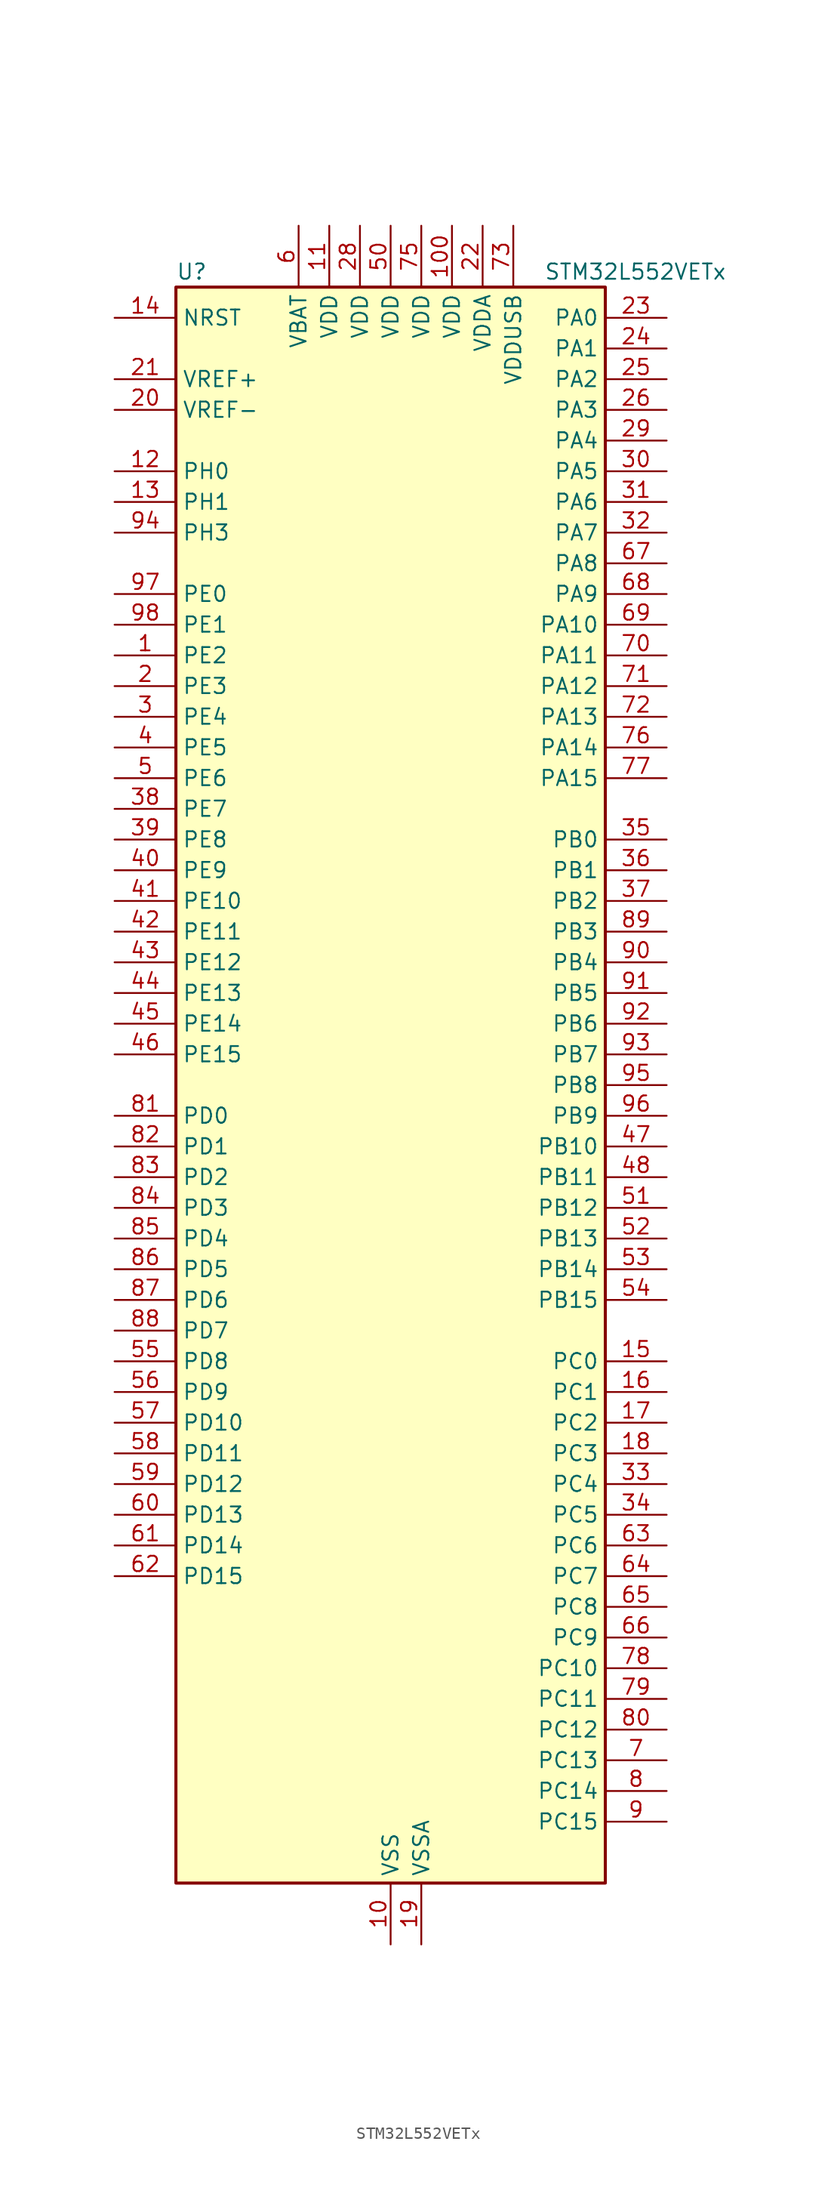
<source format=kicad_sym>
(kicad_symbol_lib
  (version 20231120)
  (generator "kicad_symbol_editor")
  (generator_version "8.0")
  (symbol "STM32L552VETx"
    (property "Reference" "U"
      (at -17.78 67.31 0)
      (effects (font (size 1.27 1.27)) (justify left)))
    (property "Value" "STM32L552VETx"
      (at 12.7 67.31 0)
      (effects (font (size 1.27 1.27)) (justify left)))
    (property "ki_locked" ""
      (at 0 0 0)
      (effects (font (size 1.27 1.27))))
    (symbol "STM32L552VETx_0_1"
      (rectangle (start -17.78 -66.04) (end 17.78 66.04) (stroke (width 0.254) (type default)) (fill (type background))))
    (symbol "STM32L552VETx_1_1"
      (pin bidirectional line (at -22.86 35.56 0) (length 5.08) (name "PE2" (effects (font (size 1.27 1.27)))) (number "1" (effects (font (size 1.27 1.27)))) (alternate "DEBUG_TRACECLK" bidirectional line) (alternate "FMC_A23" bidirectional line) (alternate "SAI1_CK1" bidirectional line) (alternate "SAI1_MCLK_A" bidirectional line) (alternate "TIM3_ETR" bidirectional line) (alternate "TSC_G7_IO1" bidirectional line))
      (pin power_in line (at 0 -71.12 90) (length 5.08) (name "VSS" (effects (font (size 1.27 1.27)))) (number "10" (effects (font (size 1.27 1.27)))))
      (pin power_in line (at 5.08 71.12 270) (length 5.08) (name "VDD" (effects (font (size 1.27 1.27)))) (number "100" (effects (font (size 1.27 1.27)))))
      (pin power_in line (at -5.08 71.12 270) (length 5.08) (name "VDD" (effects (font (size 1.27 1.27)))) (number "11" (effects (font (size 1.27 1.27)))))
      (pin bidirectional line (at -22.86 50.8 0) (length 5.08) (name "PH0" (effects (font (size 1.27 1.27)))) (number "12" (effects (font (size 1.27 1.27)))) (alternate "RCC_OSC_IN" bidirectional line))
      (pin bidirectional line (at -22.86 48.26 0) (length 5.08) (name "PH1" (effects (font (size 1.27 1.27)))) (number "13" (effects (font (size 1.27 1.27)))) (alternate "RCC_OSC_OUT" bidirectional line))
      (pin input line (at -22.86 63.5 0) (length 5.08) (name "NRST" (effects (font (size 1.27 1.27)))) (number "14" (effects (font (size 1.27 1.27)))))
      (pin bidirectional line (at 22.86 -22.86 180) (length 5.08) (name "PC0" (effects (font (size 1.27 1.27)))) (number "15" (effects (font (size 1.27 1.27)))) (alternate "ADC1_IN1" bidirectional line) (alternate "ADC2_IN1" bidirectional line) (alternate "I2C3_SCL" bidirectional line) (alternate "LPTIM1_IN1" bidirectional line) (alternate "LPTIM2_IN1" bidirectional line) (alternate "LPUART1_RX" bidirectional line) (alternate "OCTOSPI1_IO7" bidirectional line) (alternate "SAI2_FS_A" bidirectional line) (alternate "SDMMC1_D5" bidirectional line))
      (pin bidirectional line (at 22.86 -25.4 180) (length 5.08) (name "PC1" (effects (font (size 1.27 1.27)))) (number "16" (effects (font (size 1.27 1.27)))) (alternate "ADC1_IN2" bidirectional line) (alternate "ADC2_IN2" bidirectional line) (alternate "DEBUG_TRACED0" bidirectional line) (alternate "I2C3_SDA" bidirectional line) (alternate "LPTIM1_OUT" bidirectional line) (alternate "LPUART1_TX" bidirectional line) (alternate "OCTOSPI1_IO4" bidirectional line) (alternate "SAI1_SD_A" bidirectional line) (alternate "SPI2_MOSI" bidirectional line))
      (pin bidirectional line (at 22.86 -27.94 180) (length 5.08) (name "PC2" (effects (font (size 1.27 1.27)))) (number "17" (effects (font (size 1.27 1.27)))) (alternate "ADC1_IN3" bidirectional line) (alternate "ADC2_IN3" bidirectional line) (alternate "DFSDM1_CKOUT" bidirectional line) (alternate "LPTIM1_IN2" bidirectional line) (alternate "OCTOSPI1_IO5" bidirectional line) (alternate "SPI2_MISO" bidirectional line))
      (pin bidirectional line (at 22.86 -30.48 180) (length 5.08) (name "PC3" (effects (font (size 1.27 1.27)))) (number "18" (effects (font (size 1.27 1.27)))) (alternate "ADC1_IN4" bidirectional line) (alternate "ADC2_IN4" bidirectional line) (alternate "LPTIM1_ETR" bidirectional line) (alternate "LPTIM2_ETR" bidirectional line) (alternate "LPTIM3_OUT" bidirectional line) (alternate "OCTOSPI1_IO6" bidirectional line) (alternate "SAI1_D1" bidirectional line) (alternate "SAI1_SD_A" bidirectional line) (alternate "SPI2_MOSI" bidirectional line))
      (pin power_in line (at 2.54 -71.12 90) (length 5.08) (name "VSSA" (effects (font (size 1.27 1.27)))) (number "19" (effects (font (size 1.27 1.27)))))
      (pin bidirectional line (at -22.86 33.02 0) (length 5.08) (name "PE3" (effects (font (size 1.27 1.27)))) (number "2" (effects (font (size 1.27 1.27)))) (alternate "DEBUG_TRACED0" bidirectional line) (alternate "FMC_A19" bidirectional line) (alternate "OCTOSPI1_DQS" bidirectional line) (alternate "SAI1_SD_B" bidirectional line) (alternate "TIM3_CH1" bidirectional line) (alternate "TSC_G7_IO2" bidirectional line))
      (pin input line (at -22.86 55.88 0) (length 5.08) (name "VREF-" (effects (font (size 1.27 1.27)))) (number "20" (effects (font (size 1.27 1.27)))))
      (pin input line (at -22.86 58.42 0) (length 5.08) (name "VREF+" (effects (font (size 1.27 1.27)))) (number "21" (effects (font (size 1.27 1.27)))) (alternate "VREFBUF_OUT" bidirectional line))
      (pin power_in line (at 7.62 71.12 270) (length 5.08) (name "VDDA" (effects (font (size 1.27 1.27)))) (number "22" (effects (font (size 1.27 1.27)))))
      (pin bidirectional line (at 22.86 63.5 180) (length 5.08) (name "PA0" (effects (font (size 1.27 1.27)))) (number "23" (effects (font (size 1.27 1.27)))) (alternate "ADC1_IN5" bidirectional line) (alternate "ADC2_IN5" bidirectional line) (alternate "OPAMP1_VINP" bidirectional line) (alternate "PWR_WKUP1" bidirectional line) (alternate "SAI1_EXTCLK" bidirectional line) (alternate "TAMP_IN2" bidirectional line) (alternate "TAMP_OUT1" bidirectional line) (alternate "TIM2_CH1" bidirectional line) (alternate "TIM2_ETR" bidirectional line) (alternate "TIM5_CH1" bidirectional line) (alternate "TIM8_ETR" bidirectional line) (alternate "UART4_TX" bidirectional line) (alternate "USART2_CTS" bidirectional line) (alternate "USART2_NSS" bidirectional line))
      (pin bidirectional line (at 22.86 60.96 180) (length 5.08) (name "PA1" (effects (font (size 1.27 1.27)))) (number "24" (effects (font (size 1.27 1.27)))) (alternate "ADC1_IN6" bidirectional line) (alternate "ADC2_IN6" bidirectional line) (alternate "I2C1_SMBA" bidirectional line) (alternate "OCTOSPI1_DQS" bidirectional line) (alternate "OPAMP1_VINM" bidirectional line) (alternate "SPI1_SCK" bidirectional line) (alternate "TAMP_IN5" bidirectional line) (alternate "TAMP_OUT4" bidirectional line) (alternate "TIM15_CH1N" bidirectional line) (alternate "TIM2_CH2" bidirectional line) (alternate "TIM5_CH2" bidirectional line) (alternate "UART4_RX" bidirectional line) (alternate "USART2_DE" bidirectional line) (alternate "USART2_RTS" bidirectional line))
      (pin bidirectional line (at 22.86 58.42 180) (length 5.08) (name "PA2" (effects (font (size 1.27 1.27)))) (number "25" (effects (font (size 1.27 1.27)))) (alternate "ADC1_IN7" bidirectional line) (alternate "ADC2_IN7" bidirectional line) (alternate "COMP1_INP" bidirectional line) (alternate "LPUART1_TX" bidirectional line) (alternate "OCTOSPI1_NCS" bidirectional line) (alternate "PWR_WKUP4" bidirectional line) (alternate "RCC_LSCO" bidirectional line) (alternate "SAI2_EXTCLK" bidirectional line) (alternate "TIM15_CH1" bidirectional line) (alternate "TIM2_CH3" bidirectional line) (alternate "TIM5_CH3" bidirectional line) (alternate "UCPD1_FRSTX1" bidirectional line) (alternate "USART2_TX" bidirectional line))
      (pin bidirectional line (at 22.86 55.88 180) (length 5.08) (name "PA3" (effects (font (size 1.27 1.27)))) (number "26" (effects (font (size 1.27 1.27)))) (alternate "ADC1_IN8" bidirectional line) (alternate "ADC2_IN8" bidirectional line) (alternate "LPUART1_RX" bidirectional line) (alternate "OCTOSPI1_CLK" bidirectional line) (alternate "OPAMP1_VOUT" bidirectional line) (alternate "SAI1_CK1" bidirectional line) (alternate "SAI1_MCLK_A" bidirectional line) (alternate "TIM15_CH2" bidirectional line) (alternate "TIM2_CH4" bidirectional line) (alternate "TIM5_CH4" bidirectional line) (alternate "USART2_RX" bidirectional line))
      (pin passive line (at 0 -71.12 90) (length 5.08) hide (name "VSS" (effects (font (size 1.27 1.27)))) (number "27" (effects (font (size 1.27 1.27)))))
      (pin power_in line (at -2.54 71.12 270) (length 5.08) (name "VDD" (effects (font (size 1.27 1.27)))) (number "28" (effects (font (size 1.27 1.27)))))
      (pin bidirectional line (at 22.86 53.34 180) (length 5.08) (name "PA4" (effects (font (size 1.27 1.27)))) (number "29" (effects (font (size 1.27 1.27)))) (alternate "ADC1_IN9" bidirectional line) (alternate "ADC2_IN9" bidirectional line) (alternate "DAC1_OUT1" bidirectional line) (alternate "LPTIM2_OUT" bidirectional line) (alternate "OCTOSPI1_NCS" bidirectional line) (alternate "SAI1_FS_B" bidirectional line) (alternate "SPI1_NSS" bidirectional line) (alternate "SPI3_NSS" bidirectional line) (alternate "USART2_CK" bidirectional line))
      (pin bidirectional line (at -22.86 30.48 0) (length 5.08) (name "PE4" (effects (font (size 1.27 1.27)))) (number "3" (effects (font (size 1.27 1.27)))) (alternate "DEBUG_TRACED1" bidirectional line) (alternate "DFSDM1_DATIN3" bidirectional line) (alternate "FMC_A20" bidirectional line) (alternate "SAI1_D2" bidirectional line) (alternate "SAI1_FS_A" bidirectional line) (alternate "TIM3_CH2" bidirectional line) (alternate "TSC_G7_IO3" bidirectional line))
      (pin bidirectional line (at 22.86 50.8 180) (length 5.08) (name "PA5" (effects (font (size 1.27 1.27)))) (number "30" (effects (font (size 1.27 1.27)))) (alternate "ADC1_IN10" bidirectional line) (alternate "ADC2_IN10" bidirectional line) (alternate "DAC1_OUT2" bidirectional line) (alternate "LPTIM2_ETR" bidirectional line) (alternate "SPI1_SCK" bidirectional line) (alternate "TIM2_CH1" bidirectional line) (alternate "TIM2_ETR" bidirectional line) (alternate "TIM8_CH1N" bidirectional line))
      (pin bidirectional line (at 22.86 48.26 180) (length 5.08) (name "PA6" (effects (font (size 1.27 1.27)))) (number "31" (effects (font (size 1.27 1.27)))) (alternate "ADC1_IN11" bidirectional line) (alternate "ADC2_IN11" bidirectional line) (alternate "LPUART1_CTS" bidirectional line) (alternate "OCTOSPI1_IO3" bidirectional line) (alternate "OPAMP2_VINP" bidirectional line) (alternate "SPI1_MISO" bidirectional line) (alternate "TIM16_CH1" bidirectional line) (alternate "TIM1_BKIN" bidirectional line) (alternate "TIM3_CH1" bidirectional line) (alternate "TIM8_BKIN" bidirectional line) (alternate "USART3_CTS" bidirectional line) (alternate "USART3_NSS" bidirectional line))
      (pin bidirectional line (at 22.86 45.72 180) (length 5.08) (name "PA7" (effects (font (size 1.27 1.27)))) (number "32" (effects (font (size 1.27 1.27)))) (alternate "ADC1_IN12" bidirectional line) (alternate "ADC2_IN12" bidirectional line) (alternate "I2C3_SCL" bidirectional line) (alternate "OCTOSPI1_IO2" bidirectional line) (alternate "OPAMP2_VINM" bidirectional line) (alternate "SPI1_MOSI" bidirectional line) (alternate "TIM17_CH1" bidirectional line) (alternate "TIM1_CH1N" bidirectional line) (alternate "TIM3_CH2" bidirectional line) (alternate "TIM8_CH1N" bidirectional line))
      (pin bidirectional line (at 22.86 -33.02 180) (length 5.08) (name "PC4" (effects (font (size 1.27 1.27)))) (number "33" (effects (font (size 1.27 1.27)))) (alternate "ADC1_IN13" bidirectional line) (alternate "ADC2_IN13" bidirectional line) (alternate "COMP1_INM" bidirectional line) (alternate "OCTOSPI1_IO7" bidirectional line) (alternate "USART3_TX" bidirectional line))
      (pin bidirectional line (at 22.86 -35.56 180) (length 5.08) (name "PC5" (effects (font (size 1.27 1.27)))) (number "34" (effects (font (size 1.27 1.27)))) (alternate "ADC1_IN14" bidirectional line) (alternate "ADC2_IN14" bidirectional line) (alternate "COMP1_INP" bidirectional line) (alternate "PWR_WKUP5" bidirectional line) (alternate "SAI1_D3" bidirectional line) (alternate "TAMP_IN4" bidirectional line) (alternate "TAMP_OUT5" bidirectional line) (alternate "USART3_RX" bidirectional line))
      (pin bidirectional line (at 22.86 20.32 180) (length 5.08) (name "PB0" (effects (font (size 1.27 1.27)))) (number "35" (effects (font (size 1.27 1.27)))) (alternate "ADC1_IN15" bidirectional line) (alternate "ADC2_IN15" bidirectional line) (alternate "COMP1_OUT" bidirectional line) (alternate "OCTOSPI1_IO1" bidirectional line) (alternate "OPAMP2_VOUT" bidirectional line) (alternate "SAI1_EXTCLK" bidirectional line) (alternate "SPI1_NSS" bidirectional line) (alternate "TIM1_CH2N" bidirectional line) (alternate "TIM3_CH3" bidirectional line) (alternate "TIM8_CH2N" bidirectional line) (alternate "USART3_CK" bidirectional line))
      (pin bidirectional line (at 22.86 17.78 180) (length 5.08) (name "PB1" (effects (font (size 1.27 1.27)))) (number "36" (effects (font (size 1.27 1.27)))) (alternate "ADC1_IN16" bidirectional line) (alternate "ADC2_IN16" bidirectional line) (alternate "COMP1_INM" bidirectional line) (alternate "DFSDM1_DATIN0" bidirectional line) (alternate "LPTIM2_IN1" bidirectional line) (alternate "LPUART1_DE" bidirectional line) (alternate "LPUART1_RTS" bidirectional line) (alternate "OCTOSPI1_IO0" bidirectional line) (alternate "TIM1_CH3N" bidirectional line) (alternate "TIM3_CH4" bidirectional line) (alternate "TIM8_CH3N" bidirectional line) (alternate "USART3_DE" bidirectional line) (alternate "USART3_RTS" bidirectional line))
      (pin bidirectional line (at 22.86 15.24 180) (length 5.08) (name "PB2" (effects (font (size 1.27 1.27)))) (number "37" (effects (font (size 1.27 1.27)))) (alternate "COMP1_INP" bidirectional line) (alternate "DFSDM1_CKIN0" bidirectional line) (alternate "I2C3_SMBA" bidirectional line) (alternate "LPTIM1_OUT" bidirectional line) (alternate "OCTOSPI1_DQS" bidirectional line) (alternate "RTC_OUT2" bidirectional line) (alternate "UCPD1_FRSTX1" bidirectional line))
      (pin bidirectional line (at -22.86 22.86 0) (length 5.08) (name "PE7" (effects (font (size 1.27 1.27)))) (number "38" (effects (font (size 1.27 1.27)))) (alternate "DFSDM1_DATIN2" bidirectional line) (alternate "FMC_D4" bidirectional line) (alternate "FMC_DA4" bidirectional line) (alternate "SAI1_SD_B" bidirectional line) (alternate "TIM1_ETR" bidirectional line))
      (pin bidirectional line (at -22.86 20.32 0) (length 5.08) (name "PE8" (effects (font (size 1.27 1.27)))) (number "39" (effects (font (size 1.27 1.27)))) (alternate "DFSDM1_CKIN2" bidirectional line) (alternate "FMC_D5" bidirectional line) (alternate "FMC_DA5" bidirectional line) (alternate "SAI1_SCK_B" bidirectional line) (alternate "TIM1_CH1N" bidirectional line))
      (pin bidirectional line (at -22.86 27.94 0) (length 5.08) (name "PE5" (effects (font (size 1.27 1.27)))) (number "4" (effects (font (size 1.27 1.27)))) (alternate "DEBUG_TRACED2" bidirectional line) (alternate "DFSDM1_CKIN3" bidirectional line) (alternate "FMC_A21" bidirectional line) (alternate "SAI1_CK2" bidirectional line) (alternate "SAI1_SCK_A" bidirectional line) (alternate "TIM3_CH3" bidirectional line) (alternate "TSC_G7_IO4" bidirectional line))
      (pin bidirectional line (at -22.86 17.78 0) (length 5.08) (name "PE9" (effects (font (size 1.27 1.27)))) (number "40" (effects (font (size 1.27 1.27)))) (alternate "DAC1_EXTI9" bidirectional line) (alternate "DFSDM1_CKOUT" bidirectional line) (alternate "FMC_D6" bidirectional line) (alternate "FMC_DA6" bidirectional line) (alternate "OCTOSPI1_NCLK" bidirectional line) (alternate "SAI1_FS_B" bidirectional line) (alternate "TIM1_CH1" bidirectional line))
      (pin bidirectional line (at -22.86 15.24 0) (length 5.08) (name "PE10" (effects (font (size 1.27 1.27)))) (number "41" (effects (font (size 1.27 1.27)))) (alternate "FMC_D7" bidirectional line) (alternate "FMC_DA7" bidirectional line) (alternate "OCTOSPI1_CLK" bidirectional line) (alternate "SAI1_MCLK_B" bidirectional line) (alternate "TIM1_CH2N" bidirectional line) (alternate "TSC_G5_IO1" bidirectional line))
      (pin bidirectional line (at -22.86 12.7 0) (length 5.08) (name "PE11" (effects (font (size 1.27 1.27)))) (number "42" (effects (font (size 1.27 1.27)))) (alternate "ADC1_EXTI11" bidirectional line) (alternate "ADC2_EXTI11" bidirectional line) (alternate "FMC_D8" bidirectional line) (alternate "FMC_DA8" bidirectional line) (alternate "OCTOSPI1_NCS" bidirectional line) (alternate "TIM1_CH2" bidirectional line) (alternate "TSC_G5_IO2" bidirectional line))
      (pin bidirectional line (at -22.86 10.16 0) (length 5.08) (name "PE12" (effects (font (size 1.27 1.27)))) (number "43" (effects (font (size 1.27 1.27)))) (alternate "FMC_D9" bidirectional line) (alternate "FMC_DA9" bidirectional line) (alternate "OCTOSPI1_IO0" bidirectional line) (alternate "SPI1_NSS" bidirectional line) (alternate "TIM1_CH3N" bidirectional line) (alternate "TSC_G5_IO3" bidirectional line))
      (pin bidirectional line (at -22.86 7.62 0) (length 5.08) (name "PE13" (effects (font (size 1.27 1.27)))) (number "44" (effects (font (size 1.27 1.27)))) (alternate "FMC_D10" bidirectional line) (alternate "FMC_DA10" bidirectional line) (alternate "OCTOSPI1_IO1" bidirectional line) (alternate "SPI1_SCK" bidirectional line) (alternate "TIM1_CH3" bidirectional line) (alternate "TSC_G5_IO4" bidirectional line))
      (pin bidirectional line (at -22.86 5.08 0) (length 5.08) (name "PE14" (effects (font (size 1.27 1.27)))) (number "45" (effects (font (size 1.27 1.27)))) (alternate "FMC_D11" bidirectional line) (alternate "FMC_DA11" bidirectional line) (alternate "OCTOSPI1_IO2" bidirectional line) (alternate "SPI1_MISO" bidirectional line) (alternate "TIM1_BKIN2" bidirectional line) (alternate "TIM1_CH4" bidirectional line))
      (pin bidirectional line (at -22.86 2.54 0) (length 5.08) (name "PE15" (effects (font (size 1.27 1.27)))) (number "46" (effects (font (size 1.27 1.27)))) (alternate "ADC1_EXTI15" bidirectional line) (alternate "ADC2_EXTI15" bidirectional line) (alternate "FMC_D12" bidirectional line) (alternate "FMC_DA12" bidirectional line) (alternate "OCTOSPI1_IO3" bidirectional line) (alternate "SPI1_MOSI" bidirectional line) (alternate "TIM1_BKIN" bidirectional line))
      (pin bidirectional line (at 22.86 -5.08 180) (length 5.08) (name "PB10" (effects (font (size 1.27 1.27)))) (number "47" (effects (font (size 1.27 1.27)))) (alternate "COMP1_OUT" bidirectional line) (alternate "I2C2_SCL" bidirectional line) (alternate "I2C4_SCL" bidirectional line) (alternate "LPTIM3_OUT" bidirectional line) (alternate "LPUART1_RX" bidirectional line) (alternate "OCTOSPI1_CLK" bidirectional line) (alternate "SAI1_SCK_A" bidirectional line) (alternate "SPI2_SCK" bidirectional line) (alternate "TIM2_CH3" bidirectional line) (alternate "TSC_SYNC" bidirectional line) (alternate "USART3_TX" bidirectional line))
      (pin bidirectional line (at 22.86 -7.62 180) (length 5.08) (name "PB11" (effects (font (size 1.27 1.27)))) (number "48" (effects (font (size 1.27 1.27)))) (alternate "ADC1_EXTI11" bidirectional line) (alternate "ADC2_EXTI11" bidirectional line) (alternate "COMP2_OUT" bidirectional line) (alternate "I2C2_SDA" bidirectional line) (alternate "I2C4_SDA" bidirectional line) (alternate "LPUART1_TX" bidirectional line) (alternate "OCTOSPI1_NCS" bidirectional line) (alternate "TIM2_CH4" bidirectional line) (alternate "USART3_RX" bidirectional line))
      (pin passive line (at 0 -71.12 90) (length 5.08) hide (name "VSS" (effects (font (size 1.27 1.27)))) (number "49" (effects (font (size 1.27 1.27)))))
      (pin bidirectional line (at -22.86 25.4 0) (length 5.08) (name "PE6" (effects (font (size 1.27 1.27)))) (number "5" (effects (font (size 1.27 1.27)))) (alternate "DEBUG_TRACED3" bidirectional line) (alternate "FMC_A22" bidirectional line) (alternate "PWR_WKUP3" bidirectional line) (alternate "SAI1_D1" bidirectional line) (alternate "SAI1_SD_A" bidirectional line) (alternate "TAMP_IN3" bidirectional line) (alternate "TAMP_OUT6" bidirectional line) (alternate "TIM3_CH4" bidirectional line))
      (pin power_in line (at 0 71.12 270) (length 5.08) (name "VDD" (effects (font (size 1.27 1.27)))) (number "50" (effects (font (size 1.27 1.27)))))
      (pin bidirectional line (at 22.86 -10.16 180) (length 5.08) (name "PB12" (effects (font (size 1.27 1.27)))) (number "51" (effects (font (size 1.27 1.27)))) (alternate "DFSDM1_DATIN1" bidirectional line) (alternate "I2C2_SMBA" bidirectional line) (alternate "LPUART1_DE" bidirectional line) (alternate "LPUART1_RTS" bidirectional line) (alternate "OCTOSPI1_NCLK" bidirectional line) (alternate "SAI2_FS_A" bidirectional line) (alternate "SPI2_NSS" bidirectional line) (alternate "TIM15_BKIN" bidirectional line) (alternate "TIM1_BKIN" bidirectional line) (alternate "TSC_G1_IO1" bidirectional line) (alternate "USART3_CK" bidirectional line))
      (pin bidirectional line (at 22.86 -12.7 180) (length 5.08) (name "PB13" (effects (font (size 1.27 1.27)))) (number "52" (effects (font (size 1.27 1.27)))) (alternate "DFSDM1_CKIN1" bidirectional line) (alternate "I2C2_SCL" bidirectional line) (alternate "LPTIM3_IN1" bidirectional line) (alternate "LPUART1_CTS" bidirectional line) (alternate "SAI2_SCK_A" bidirectional line) (alternate "SPI2_SCK" bidirectional line) (alternate "TIM15_CH1N" bidirectional line) (alternate "TIM1_CH1N" bidirectional line) (alternate "TSC_G1_IO2" bidirectional line) (alternate "UCPD1_FRSTX2" bidirectional line) (alternate "USART3_CTS" bidirectional line) (alternate "USART3_NSS" bidirectional line))
      (pin bidirectional line (at 22.86 -15.24 180) (length 5.08) (name "PB14" (effects (font (size 1.27 1.27)))) (number "53" (effects (font (size 1.27 1.27)))) (alternate "DFSDM1_DATIN2" bidirectional line) (alternate "I2C2_SDA" bidirectional line) (alternate "LPTIM3_ETR" bidirectional line) (alternate "SAI2_MCLK_A" bidirectional line) (alternate "SPI2_MISO" bidirectional line) (alternate "TIM15_CH1" bidirectional line) (alternate "TIM1_CH2N" bidirectional line) (alternate "TIM8_CH2N" bidirectional line) (alternate "TSC_G1_IO3" bidirectional line) (alternate "UCPD1_DBCC2" bidirectional line) (alternate "USART3_DE" bidirectional line) (alternate "USART3_RTS" bidirectional line))
      (pin bidirectional line (at 22.86 -17.78 180) (length 5.08) (name "PB15" (effects (font (size 1.27 1.27)))) (number "54" (effects (font (size 1.27 1.27)))) (alternate "ADC1_EXTI15" bidirectional line) (alternate "ADC2_EXTI15" bidirectional line) (alternate "DFSDM1_CKIN2" bidirectional line) (alternate "RTC_REFIN" bidirectional line) (alternate "SAI2_SD_A" bidirectional line) (alternate "SPI2_MOSI" bidirectional line) (alternate "TIM15_CH2" bidirectional line) (alternate "TIM1_CH3N" bidirectional line) (alternate "TIM8_CH3N" bidirectional line) (alternate "UCPD1_CC2" bidirectional line))
      (pin bidirectional line (at -22.86 -22.86 0) (length 5.08) (name "PD8" (effects (font (size 1.27 1.27)))) (number "55" (effects (font (size 1.27 1.27)))) (alternate "FMC_D13" bidirectional line) (alternate "FMC_DA13" bidirectional line) (alternate "USART3_TX" bidirectional line))
      (pin bidirectional line (at -22.86 -25.4 0) (length 5.08) (name "PD9" (effects (font (size 1.27 1.27)))) (number "56" (effects (font (size 1.27 1.27)))) (alternate "DAC1_EXTI9" bidirectional line) (alternate "FMC_D14" bidirectional line) (alternate "FMC_DA14" bidirectional line) (alternate "SAI2_MCLK_A" bidirectional line) (alternate "USART3_RX" bidirectional line))
      (pin bidirectional line (at -22.86 -27.94 0) (length 5.08) (name "PD10" (effects (font (size 1.27 1.27)))) (number "57" (effects (font (size 1.27 1.27)))) (alternate "FMC_D15" bidirectional line) (alternate "FMC_DA15" bidirectional line) (alternate "SAI2_SCK_A" bidirectional line) (alternate "TSC_G6_IO1" bidirectional line) (alternate "USART3_CK" bidirectional line))
      (pin bidirectional line (at -22.86 -30.48 0) (length 5.08) (name "PD11" (effects (font (size 1.27 1.27)))) (number "58" (effects (font (size 1.27 1.27)))) (alternate "ADC1_EXTI11" bidirectional line) (alternate "ADC2_EXTI11" bidirectional line) (alternate "FMC_A16" bidirectional line) (alternate "FMC_CLE" bidirectional line) (alternate "I2C4_SMBA" bidirectional line) (alternate "LPTIM2_ETR" bidirectional line) (alternate "SAI2_SD_A" bidirectional line) (alternate "TSC_G6_IO2" bidirectional line) (alternate "USART3_CTS" bidirectional line) (alternate "USART3_NSS" bidirectional line))
      (pin bidirectional line (at -22.86 -33.02 0) (length 5.08) (name "PD12" (effects (font (size 1.27 1.27)))) (number "59" (effects (font (size 1.27 1.27)))) (alternate "FMC_A17" bidirectional line) (alternate "FMC_ALE" bidirectional line) (alternate "I2C4_SCL" bidirectional line) (alternate "LPTIM2_IN1" bidirectional line) (alternate "SAI2_FS_A" bidirectional line) (alternate "TIM4_CH1" bidirectional line) (alternate "TSC_G6_IO3" bidirectional line) (alternate "USART3_DE" bidirectional line) (alternate "USART3_RTS" bidirectional line))
      (pin power_in line (at -7.62 71.12 270) (length 5.08) (name "VBAT" (effects (font (size 1.27 1.27)))) (number "6" (effects (font (size 1.27 1.27)))))
      (pin bidirectional line (at -22.86 -35.56 0) (length 5.08) (name "PD13" (effects (font (size 1.27 1.27)))) (number "60" (effects (font (size 1.27 1.27)))) (alternate "FMC_A18" bidirectional line) (alternate "I2C4_SDA" bidirectional line) (alternate "LPTIM2_OUT" bidirectional line) (alternate "TIM4_CH2" bidirectional line) (alternate "TSC_G6_IO4" bidirectional line))
      (pin bidirectional line (at -22.86 -38.1 0) (length 5.08) (name "PD14" (effects (font (size 1.27 1.27)))) (number "61" (effects (font (size 1.27 1.27)))) (alternate "FMC_D0" bidirectional line) (alternate "FMC_DA0" bidirectional line) (alternate "TIM4_CH3" bidirectional line))
      (pin bidirectional line (at -22.86 -40.64 0) (length 5.08) (name "PD15" (effects (font (size 1.27 1.27)))) (number "62" (effects (font (size 1.27 1.27)))) (alternate "ADC1_EXTI15" bidirectional line) (alternate "ADC2_EXTI15" bidirectional line) (alternate "FMC_D1" bidirectional line) (alternate "FMC_DA1" bidirectional line) (alternate "TIM4_CH4" bidirectional line))
      (pin bidirectional line (at 22.86 -38.1 180) (length 5.08) (name "PC6" (effects (font (size 1.27 1.27)))) (number "63" (effects (font (size 1.27 1.27)))) (alternate "DFSDM1_CKIN3" bidirectional line) (alternate "SAI2_MCLK_A" bidirectional line) (alternate "SDMMC1_D0DIR" bidirectional line) (alternate "SDMMC1_D6" bidirectional line) (alternate "TIM3_CH1" bidirectional line) (alternate "TIM8_CH1" bidirectional line) (alternate "TSC_G4_IO1" bidirectional line))
      (pin bidirectional line (at 22.86 -40.64 180) (length 5.08) (name "PC7" (effects (font (size 1.27 1.27)))) (number "64" (effects (font (size 1.27 1.27)))) (alternate "DFSDM1_DATIN3" bidirectional line) (alternate "SAI2_MCLK_B" bidirectional line) (alternate "SDMMC1_D123DIR" bidirectional line) (alternate "SDMMC1_D7" bidirectional line) (alternate "TIM3_CH2" bidirectional line) (alternate "TIM8_CH2" bidirectional line) (alternate "TSC_G4_IO2" bidirectional line))
      (pin bidirectional line (at 22.86 -43.18 180) (length 5.08) (name "PC8" (effects (font (size 1.27 1.27)))) (number "65" (effects (font (size 1.27 1.27)))) (alternate "SDMMC1_D0" bidirectional line) (alternate "TIM3_CH3" bidirectional line) (alternate "TIM8_CH3" bidirectional line) (alternate "TSC_G4_IO3" bidirectional line))
      (pin bidirectional line (at 22.86 -45.72 180) (length 5.08) (name "PC9" (effects (font (size 1.27 1.27)))) (number "66" (effects (font (size 1.27 1.27)))) (alternate "DAC1_EXTI9" bidirectional line) (alternate "DEBUG_TRACED0" bidirectional line) (alternate "SAI2_EXTCLK" bidirectional line) (alternate "SDMMC1_D1" bidirectional line) (alternate "TIM3_CH4" bidirectional line) (alternate "TIM8_BKIN2" bidirectional line) (alternate "TIM8_CH4" bidirectional line) (alternate "TSC_G4_IO4" bidirectional line) (alternate "USB_NOE" bidirectional line))
      (pin bidirectional line (at 22.86 43.18 180) (length 5.08) (name "PA8" (effects (font (size 1.27 1.27)))) (number "67" (effects (font (size 1.27 1.27)))) (alternate "LPTIM2_OUT" bidirectional line) (alternate "RCC_MCO" bidirectional line) (alternate "SAI1_CK2" bidirectional line) (alternate "SAI1_SCK_A" bidirectional line) (alternate "TIM1_CH1" bidirectional line) (alternate "USART1_CK" bidirectional line))
      (pin bidirectional line (at 22.86 40.64 180) (length 5.08) (name "PA9" (effects (font (size 1.27 1.27)))) (number "68" (effects (font (size 1.27 1.27)))) (alternate "DAC1_EXTI9" bidirectional line) (alternate "SAI1_FS_A" bidirectional line) (alternate "SPI2_SCK" bidirectional line) (alternate "TIM15_BKIN" bidirectional line) (alternate "TIM1_CH2" bidirectional line) (alternate "USART1_TX" bidirectional line))
      (pin bidirectional line (at 22.86 38.1 180) (length 5.08) (name "PA10" (effects (font (size 1.27 1.27)))) (number "69" (effects (font (size 1.27 1.27)))) (alternate "CRS_SYNC" bidirectional line) (alternate "SAI1_D1" bidirectional line) (alternate "SAI1_SD_A" bidirectional line) (alternate "TIM17_BKIN" bidirectional line) (alternate "TIM1_CH3" bidirectional line) (alternate "USART1_RX" bidirectional line))
      (pin bidirectional line (at 22.86 -55.88 180) (length 5.08) (name "PC13" (effects (font (size 1.27 1.27)))) (number "7" (effects (font (size 1.27 1.27)))) (alternate "PWR_WKUP2" bidirectional line) (alternate "RTC_OUT1" bidirectional line) (alternate "RTC_TS" bidirectional line) (alternate "TAMP_IN1" bidirectional line) (alternate "TAMP_OUT2" bidirectional line))
      (pin bidirectional line (at 22.86 35.56 180) (length 5.08) (name "PA11" (effects (font (size 1.27 1.27)))) (number "70" (effects (font (size 1.27 1.27)))) (alternate "ADC1_EXTI11" bidirectional line) (alternate "ADC2_EXTI11" bidirectional line) (alternate "FDCAN1_RX" bidirectional line) (alternate "SPI1_MISO" bidirectional line) (alternate "TIM1_BKIN2" bidirectional line) (alternate "TIM1_CH4" bidirectional line) (alternate "USART1_CTS" bidirectional line) (alternate "USART1_NSS" bidirectional line) (alternate "USB_DM" bidirectional line))
      (pin bidirectional line (at 22.86 33.02 180) (length 5.08) (name "PA12" (effects (font (size 1.27 1.27)))) (number "71" (effects (font (size 1.27 1.27)))) (alternate "FDCAN1_TX" bidirectional line) (alternate "SPI1_MOSI" bidirectional line) (alternate "TIM1_ETR" bidirectional line) (alternate "USART1_DE" bidirectional line) (alternate "USART1_RTS" bidirectional line) (alternate "USB_DP" bidirectional line))
      (pin bidirectional line (at 22.86 30.48 180) (length 5.08) (name "PA13" (effects (font (size 1.27 1.27)))) (number "72" (effects (font (size 1.27 1.27)))) (alternate "DEBUG_JTMS-SWDIO" bidirectional line) (alternate "IR_OUT" bidirectional line) (alternate "SAI1_SD_B" bidirectional line) (alternate "USB_NOE" bidirectional line))
      (pin power_in line (at 10.16 71.12 270) (length 5.08) (name "VDDUSB" (effects (font (size 1.27 1.27)))) (number "73" (effects (font (size 1.27 1.27)))))
      (pin passive line (at 0 -71.12 90) (length 5.08) hide (name "VSS" (effects (font (size 1.27 1.27)))) (number "74" (effects (font (size 1.27 1.27)))))
      (pin power_in line (at 2.54 71.12 270) (length 5.08) (name "VDD" (effects (font (size 1.27 1.27)))) (number "75" (effects (font (size 1.27 1.27)))))
      (pin bidirectional line (at 22.86 27.94 180) (length 5.08) (name "PA14" (effects (font (size 1.27 1.27)))) (number "76" (effects (font (size 1.27 1.27)))) (alternate "DEBUG_JTCK-SWCLK" bidirectional line) (alternate "I2C1_SMBA" bidirectional line) (alternate "I2C4_SMBA" bidirectional line) (alternate "LPTIM1_OUT" bidirectional line) (alternate "SAI1_FS_B" bidirectional line))
      (pin bidirectional line (at 22.86 25.4 180) (length 5.08) (name "PA15" (effects (font (size 1.27 1.27)))) (number "77" (effects (font (size 1.27 1.27)))) (alternate "ADC1_EXTI15" bidirectional line) (alternate "ADC2_EXTI15" bidirectional line) (alternate "DEBUG_JTDI" bidirectional line) (alternate "SAI2_FS_B" bidirectional line) (alternate "SPI1_NSS" bidirectional line) (alternate "SPI3_NSS" bidirectional line) (alternate "TIM2_CH1" bidirectional line) (alternate "TIM2_ETR" bidirectional line) (alternate "UART4_DE" bidirectional line) (alternate "UART4_RTS" bidirectional line) (alternate "UCPD1_CC1" bidirectional line) (alternate "USART2_RX" bidirectional line) (alternate "USART3_DE" bidirectional line) (alternate "USART3_RTS" bidirectional line))
      (pin bidirectional line (at 22.86 -48.26 180) (length 5.08) (name "PC10" (effects (font (size 1.27 1.27)))) (number "78" (effects (font (size 1.27 1.27)))) (alternate "DEBUG_TRACED1" bidirectional line) (alternate "LPTIM3_ETR" bidirectional line) (alternate "SAI2_SCK_B" bidirectional line) (alternate "SDMMC1_D2" bidirectional line) (alternate "SPI3_SCK" bidirectional line) (alternate "TSC_G3_IO2" bidirectional line) (alternate "UART4_TX" bidirectional line) (alternate "USART3_TX" bidirectional line))
      (pin bidirectional line (at 22.86 -50.8 180) (length 5.08) (name "PC11" (effects (font (size 1.27 1.27)))) (number "79" (effects (font (size 1.27 1.27)))) (alternate "ADC1_EXTI11" bidirectional line) (alternate "ADC2_EXTI11" bidirectional line) (alternate "LPTIM3_IN1" bidirectional line) (alternate "OCTOSPI1_NCS" bidirectional line) (alternate "SAI2_MCLK_B" bidirectional line) (alternate "SDMMC1_D3" bidirectional line) (alternate "SPI3_MISO" bidirectional line) (alternate "TSC_G3_IO3" bidirectional line) (alternate "UART4_RX" bidirectional line) (alternate "UCPD1_FRSTX2" bidirectional line) (alternate "USART3_RX" bidirectional line))
      (pin bidirectional line (at 22.86 -58.42 180) (length 5.08) (name "PC14" (effects (font (size 1.27 1.27)))) (number "8" (effects (font (size 1.27 1.27)))) (alternate "RCC_OSC32_IN" bidirectional line))
      (pin bidirectional line (at 22.86 -53.34 180) (length 5.08) (name "PC12" (effects (font (size 1.27 1.27)))) (number "80" (effects (font (size 1.27 1.27)))) (alternate "DEBUG_TRACED3" bidirectional line) (alternate "SAI2_SD_B" bidirectional line) (alternate "SDMMC1_CK" bidirectional line) (alternate "SPI3_MOSI" bidirectional line) (alternate "TSC_G3_IO4" bidirectional line) (alternate "UART5_TX" bidirectional line) (alternate "USART3_CK" bidirectional line))
      (pin bidirectional line (at -22.86 -2.54 0) (length 5.08) (name "PD0" (effects (font (size 1.27 1.27)))) (number "81" (effects (font (size 1.27 1.27)))) (alternate "FDCAN1_RX" bidirectional line) (alternate "FMC_D2" bidirectional line) (alternate "FMC_DA2" bidirectional line) (alternate "SPI2_NSS" bidirectional line))
      (pin bidirectional line (at -22.86 -5.08 0) (length 5.08) (name "PD1" (effects (font (size 1.27 1.27)))) (number "82" (effects (font (size 1.27 1.27)))) (alternate "FDCAN1_TX" bidirectional line) (alternate "FMC_D3" bidirectional line) (alternate "FMC_DA3" bidirectional line) (alternate "SPI2_SCK" bidirectional line))
      (pin bidirectional line (at -22.86 -7.62 0) (length 5.08) (name "PD2" (effects (font (size 1.27 1.27)))) (number "83" (effects (font (size 1.27 1.27)))) (alternate "DEBUG_TRACED2" bidirectional line) (alternate "SDMMC1_CMD" bidirectional line) (alternate "TIM3_ETR" bidirectional line) (alternate "TSC_SYNC" bidirectional line) (alternate "UART5_RX" bidirectional line) (alternate "USART3_DE" bidirectional line) (alternate "USART3_RTS" bidirectional line))
      (pin bidirectional line (at -22.86 -10.16 0) (length 5.08) (name "PD3" (effects (font (size 1.27 1.27)))) (number "84" (effects (font (size 1.27 1.27)))) (alternate "DFSDM1_DATIN0" bidirectional line) (alternate "FMC_CLK" bidirectional line) (alternate "SPI2_MISO" bidirectional line) (alternate "SPI2_SCK" bidirectional line) (alternate "USART2_CTS" bidirectional line) (alternate "USART2_NSS" bidirectional line))
      (pin bidirectional line (at -22.86 -12.7 0) (length 5.08) (name "PD4" (effects (font (size 1.27 1.27)))) (number "85" (effects (font (size 1.27 1.27)))) (alternate "DFSDM1_CKIN0" bidirectional line) (alternate "FMC_NOE" bidirectional line) (alternate "OCTOSPI1_IO4" bidirectional line) (alternate "SPI2_MOSI" bidirectional line) (alternate "USART2_DE" bidirectional line) (alternate "USART2_RTS" bidirectional line))
      (pin bidirectional line (at -22.86 -15.24 0) (length 5.08) (name "PD5" (effects (font (size 1.27 1.27)))) (number "86" (effects (font (size 1.27 1.27)))) (alternate "FMC_NWE" bidirectional line) (alternate "OCTOSPI1_IO5" bidirectional line) (alternate "USART2_TX" bidirectional line))
      (pin bidirectional line (at -22.86 -17.78 0) (length 5.08) (name "PD6" (effects (font (size 1.27 1.27)))) (number "87" (effects (font (size 1.27 1.27)))) (alternate "DFSDM1_DATIN1" bidirectional line) (alternate "FMC_NWAIT" bidirectional line) (alternate "OCTOSPI1_IO6" bidirectional line) (alternate "SAI1_D1" bidirectional line) (alternate "SAI1_SD_A" bidirectional line) (alternate "SPI3_MOSI" bidirectional line) (alternate "USART2_RX" bidirectional line))
      (pin bidirectional line (at -22.86 -20.32 0) (length 5.08) (name "PD7" (effects (font (size 1.27 1.27)))) (number "88" (effects (font (size 1.27 1.27)))) (alternate "DFSDM1_CKIN1" bidirectional line) (alternate "FMC_NCE" bidirectional line) (alternate "FMC_NE1" bidirectional line) (alternate "OCTOSPI1_IO7" bidirectional line) (alternate "USART2_CK" bidirectional line))
      (pin bidirectional line (at 22.86 12.7 180) (length 5.08) (name "PB3" (effects (font (size 1.27 1.27)))) (number "89" (effects (font (size 1.27 1.27)))) (alternate "COMP2_INM" bidirectional line) (alternate "CRS_SYNC" bidirectional line) (alternate "DEBUG_JTDO-SWO" bidirectional line) (alternate "SAI1_SCK_B" bidirectional line) (alternate "SPI1_SCK" bidirectional line) (alternate "SPI3_SCK" bidirectional line) (alternate "TIM2_CH2" bidirectional line) (alternate "USART1_DE" bidirectional line) (alternate "USART1_RTS" bidirectional line))
      (pin bidirectional line (at 22.86 -60.96 180) (length 5.08) (name "PC15" (effects (font (size 1.27 1.27)))) (number "9" (effects (font (size 1.27 1.27)))) (alternate "ADC1_EXTI15" bidirectional line) (alternate "ADC2_EXTI15" bidirectional line) (alternate "RCC_OSC32_OUT" bidirectional line))
      (pin bidirectional line (at 22.86 10.16 180) (length 5.08) (name "PB4" (effects (font (size 1.27 1.27)))) (number "90" (effects (font (size 1.27 1.27)))) (alternate "COMP2_INP" bidirectional line) (alternate "DEBUG_JTRST" bidirectional line) (alternate "I2C3_SDA" bidirectional line) (alternate "SAI1_MCLK_B" bidirectional line) (alternate "SPI1_MISO" bidirectional line) (alternate "SPI3_MISO" bidirectional line) (alternate "TIM17_BKIN" bidirectional line) (alternate "TIM3_CH1" bidirectional line) (alternate "TSC_G2_IO1" bidirectional line) (alternate "UART5_DE" bidirectional line) (alternate "UART5_RTS" bidirectional line) (alternate "USART1_CTS" bidirectional line) (alternate "USART1_NSS" bidirectional line))
      (pin bidirectional line (at 22.86 7.62 180) (length 5.08) (name "PB5" (effects (font (size 1.27 1.27)))) (number "91" (effects (font (size 1.27 1.27)))) (alternate "COMP2_OUT" bidirectional line) (alternate "I2C1_SMBA" bidirectional line) (alternate "LPTIM1_IN1" bidirectional line) (alternate "OCTOSPI1_NCLK" bidirectional line) (alternate "SAI1_SD_B" bidirectional line) (alternate "SPI1_MOSI" bidirectional line) (alternate "SPI3_MOSI" bidirectional line) (alternate "TIM16_BKIN" bidirectional line) (alternate "TIM3_CH2" bidirectional line) (alternate "TSC_G2_IO2" bidirectional line) (alternate "UART5_CTS" bidirectional line) (alternate "UCPD1_DBCC1" bidirectional line) (alternate "USART1_CK" bidirectional line))
      (pin bidirectional line (at 22.86 5.08 180) (length 5.08) (name "PB6" (effects (font (size 1.27 1.27)))) (number "92" (effects (font (size 1.27 1.27)))) (alternate "COMP2_INP" bidirectional line) (alternate "I2C1_SCL" bidirectional line) (alternate "I2C4_SCL" bidirectional line) (alternate "LPTIM1_ETR" bidirectional line) (alternate "SAI1_FS_B" bidirectional line) (alternate "TIM16_CH1N" bidirectional line) (alternate "TIM4_CH1" bidirectional line) (alternate "TIM8_BKIN2" bidirectional line) (alternate "TSC_G2_IO3" bidirectional line) (alternate "USART1_TX" bidirectional line))
      (pin bidirectional line (at 22.86 2.54 180) (length 5.08) (name "PB7" (effects (font (size 1.27 1.27)))) (number "93" (effects (font (size 1.27 1.27)))) (alternate "COMP2_INM" bidirectional line) (alternate "FMC_NL" bidirectional line) (alternate "I2C1_SDA" bidirectional line) (alternate "I2C4_SDA" bidirectional line) (alternate "LPTIM1_IN2" bidirectional line) (alternate "PWR_PVD_IN" bidirectional line) (alternate "TIM17_CH1N" bidirectional line) (alternate "TIM4_CH2" bidirectional line) (alternate "TIM8_BKIN" bidirectional line) (alternate "TSC_G2_IO4" bidirectional line) (alternate "UART4_CTS" bidirectional line) (alternate "USART1_RX" bidirectional line))
      (pin bidirectional line (at -22.86 45.72 0) (length 5.08) (name "PH3" (effects (font (size 1.27 1.27)))) (number "94" (effects (font (size 1.27 1.27)))))
      (pin bidirectional line (at 22.86 0 180) (length 5.08) (name "PB8" (effects (font (size 1.27 1.27)))) (number "95" (effects (font (size 1.27 1.27)))) (alternate "DFSDM1_CKOUT" bidirectional line) (alternate "FDCAN1_RX" bidirectional line) (alternate "I2C1_SCL" bidirectional line) (alternate "SAI1_CK1" bidirectional line) (alternate "SAI1_MCLK_A" bidirectional line) (alternate "SDMMC1_CKIN" bidirectional line) (alternate "SDMMC1_D4" bidirectional line) (alternate "TIM16_CH1" bidirectional line) (alternate "TIM4_CH3" bidirectional line))
      (pin bidirectional line (at 22.86 -2.54 180) (length 5.08) (name "PB9" (effects (font (size 1.27 1.27)))) (number "96" (effects (font (size 1.27 1.27)))) (alternate "DAC1_EXTI9" bidirectional line) (alternate "FDCAN1_TX" bidirectional line) (alternate "I2C1_SDA" bidirectional line) (alternate "IR_OUT" bidirectional line) (alternate "SAI1_D2" bidirectional line) (alternate "SAI1_FS_A" bidirectional line) (alternate "SDMMC1_CDIR" bidirectional line) (alternate "SDMMC1_D5" bidirectional line) (alternate "SPI2_NSS" bidirectional line) (alternate "TIM17_CH1" bidirectional line) (alternate "TIM4_CH4" bidirectional line))
      (pin bidirectional line (at -22.86 40.64 0) (length 5.08) (name "PE0" (effects (font (size 1.27 1.27)))) (number "97" (effects (font (size 1.27 1.27)))) (alternate "FMC_NBL0" bidirectional line) (alternate "TIM16_CH1" bidirectional line) (alternate "TIM4_ETR" bidirectional line))
      (pin bidirectional line (at -22.86 38.1 0) (length 5.08) (name "PE1" (effects (font (size 1.27 1.27)))) (number "98" (effects (font (size 1.27 1.27)))) (alternate "FMC_NBL1" bidirectional line) (alternate "TIM17_CH1" bidirectional line))
      (pin passive line (at 0 -71.12 90) (length 5.08) hide (name "VSS" (effects (font (size 1.27 1.27)))) (number "99" (effects (font (size 1.27 1.27))))))))
</source>
